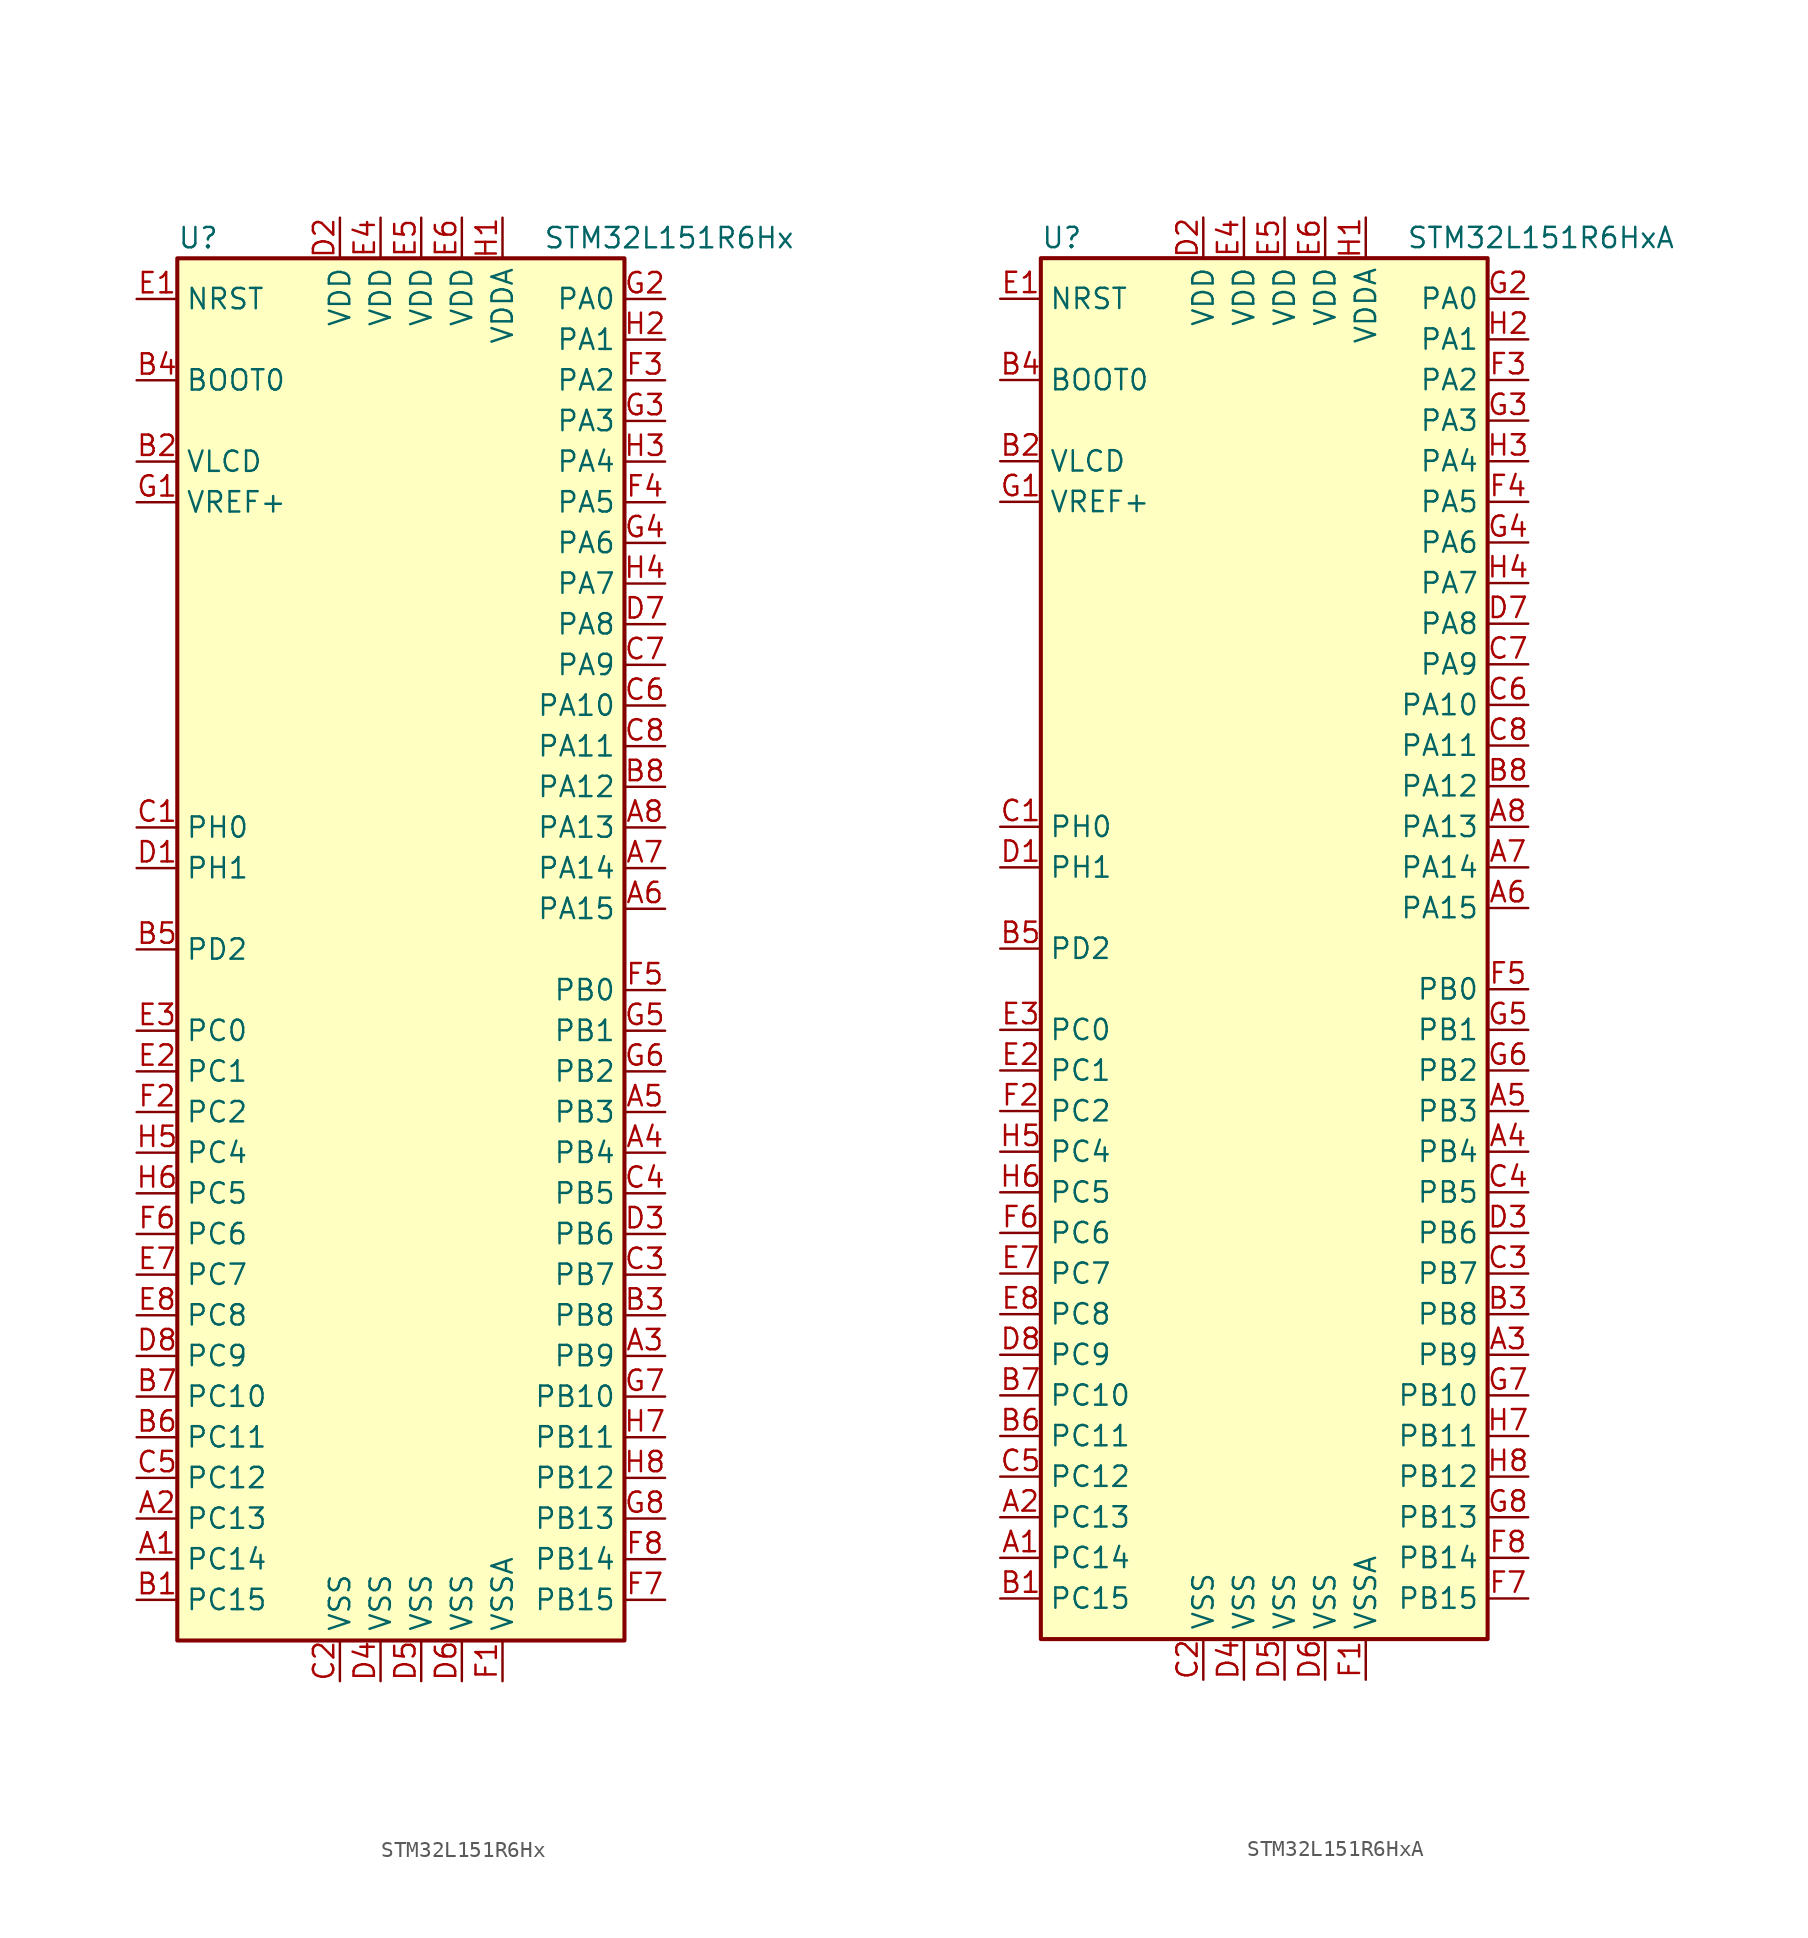
<source format=kicad_sym>
(kicad_symbol_lib
  (version 20211014)
  (generator kicad_symbol_editor)
  (symbol "STM32L151R6Hx"
    (property "Reference" "U"
      (at -15.24 44.45 0)
      (effects (font (size 1.27 1.27)) (justify left)))
    (property "Value" "STM32L151R6Hx"
      (at 7.62 44.45 0)
      (effects (font (size 1.27 1.27)) (justify left)))
    (symbol "STM32L151R6Hx_0_1"
      (rectangle (start -15.24 -43.18) (end 12.7 43.18) (stroke (width 0.254) (type default) (color 0 0 0 0)) (fill (type background))))
    (symbol "STM32L151R6Hx_1_1"
      (pin bidirectional line (at -17.78 -38.1 0) (length 2.54) (name "PC14" (effects (font (size 1.27 1.27)))) (number "A1" (effects (font (size 1.27 1.27)))))
      (pin bidirectional line (at -17.78 -35.56 0) (length 2.54) (name "PC13" (effects (font (size 1.27 1.27)))) (number "A2" (effects (font (size 1.27 1.27)))))
      (pin bidirectional line (at 15.24 -25.4 180) (length 2.54) (name "PB9" (effects (font (size 1.27 1.27)))) (number "A3" (effects (font (size 1.27 1.27)))))
      (pin bidirectional line (at 15.24 -12.7 180) (length 2.54) (name "PB4" (effects (font (size 1.27 1.27)))) (number "A4" (effects (font (size 1.27 1.27)))))
      (pin bidirectional line (at 15.24 -10.16 180) (length 2.54) (name "PB3" (effects (font (size 1.27 1.27)))) (number "A5" (effects (font (size 1.27 1.27)))))
      (pin bidirectional line (at 15.24 2.54 180) (length 2.54) (name "PA15" (effects (font (size 1.27 1.27)))) (number "A6" (effects (font (size 1.27 1.27)))))
      (pin bidirectional line (at 15.24 5.08 180) (length 2.54) (name "PA14" (effects (font (size 1.27 1.27)))) (number "A7" (effects (font (size 1.27 1.27)))))
      (pin bidirectional line (at 15.24 7.62 180) (length 2.54) (name "PA13" (effects (font (size 1.27 1.27)))) (number "A8" (effects (font (size 1.27 1.27)))))
      (pin bidirectional line (at -17.78 -40.64 0) (length 2.54) (name "PC15" (effects (font (size 1.27 1.27)))) (number "B1" (effects (font (size 1.27 1.27)))))
      (pin power_in line (at -17.78 30.48 0) (length 2.54) (name "VLCD" (effects (font (size 1.27 1.27)))) (number "B2" (effects (font (size 1.27 1.27)))))
      (pin bidirectional line (at 15.24 -22.86 180) (length 2.54) (name "PB8" (effects (font (size 1.27 1.27)))) (number "B3" (effects (font (size 1.27 1.27)))))
      (pin input line (at -17.78 35.56 0) (length 2.54) (name "BOOT0" (effects (font (size 1.27 1.27)))) (number "B4" (effects (font (size 1.27 1.27)))))
      (pin bidirectional line (at -17.78 0 0) (length 2.54) (name "PD2" (effects (font (size 1.27 1.27)))) (number "B5" (effects (font (size 1.27 1.27)))))
      (pin bidirectional line (at -17.78 -30.48 0) (length 2.54) (name "PC11" (effects (font (size 1.27 1.27)))) (number "B6" (effects (font (size 1.27 1.27)))))
      (pin bidirectional line (at -17.78 -27.94 0) (length 2.54) (name "PC10" (effects (font (size 1.27 1.27)))) (number "B7" (effects (font (size 1.27 1.27)))))
      (pin bidirectional line (at 15.24 10.16 180) (length 2.54) (name "PA12" (effects (font (size 1.27 1.27)))) (number "B8" (effects (font (size 1.27 1.27)))))
      (pin input line (at -17.78 7.62 0) (length 2.54) (name "PH0" (effects (font (size 1.27 1.27)))) (number "C1" (effects (font (size 1.27 1.27)))))
      (pin power_in line (at -5.08 -45.72 90) (length 2.54) (name "VSS" (effects (font (size 1.27 1.27)))) (number "C2" (effects (font (size 1.27 1.27)))))
      (pin bidirectional line (at 15.24 -20.32 180) (length 2.54) (name "PB7" (effects (font (size 1.27 1.27)))) (number "C3" (effects (font (size 1.27 1.27)))))
      (pin bidirectional line (at 15.24 -15.24 180) (length 2.54) (name "PB5" (effects (font (size 1.27 1.27)))) (number "C4" (effects (font (size 1.27 1.27)))))
      (pin bidirectional line (at -17.78 -33.02 0) (length 2.54) (name "PC12" (effects (font (size 1.27 1.27)))) (number "C5" (effects (font (size 1.27 1.27)))))
      (pin bidirectional line (at 15.24 15.24 180) (length 2.54) (name "PA10" (effects (font (size 1.27 1.27)))) (number "C6" (effects (font (size 1.27 1.27)))))
      (pin bidirectional line (at 15.24 17.78 180) (length 2.54) (name "PA9" (effects (font (size 1.27 1.27)))) (number "C7" (effects (font (size 1.27 1.27)))))
      (pin bidirectional line (at 15.24 12.7 180) (length 2.54) (name "PA11" (effects (font (size 1.27 1.27)))) (number "C8" (effects (font (size 1.27 1.27)))))
      (pin input line (at -17.78 5.08 0) (length 2.54) (name "PH1" (effects (font (size 1.27 1.27)))) (number "D1" (effects (font (size 1.27 1.27)))))
      (pin power_in line (at -5.08 45.72 270) (length 2.54) (name "VDD" (effects (font (size 1.27 1.27)))) (number "D2" (effects (font (size 1.27 1.27)))))
      (pin bidirectional line (at 15.24 -17.78 180) (length 2.54) (name "PB6" (effects (font (size 1.27 1.27)))) (number "D3" (effects (font (size 1.27 1.27)))))
      (pin power_in line (at -2.54 -45.72 90) (length 2.54) (name "VSS" (effects (font (size 1.27 1.27)))) (number "D4" (effects (font (size 1.27 1.27)))))
      (pin power_in line (at 0 -45.72 90) (length 2.54) (name "VSS" (effects (font (size 1.27 1.27)))) (number "D5" (effects (font (size 1.27 1.27)))))
      (pin power_in line (at 2.54 -45.72 90) (length 2.54) (name "VSS" (effects (font (size 1.27 1.27)))) (number "D6" (effects (font (size 1.27 1.27)))))
      (pin bidirectional line (at 15.24 20.32 180) (length 2.54) (name "PA8" (effects (font (size 1.27 1.27)))) (number "D7" (effects (font (size 1.27 1.27)))))
      (pin bidirectional line (at -17.78 -25.4 0) (length 2.54) (name "PC9" (effects (font (size 1.27 1.27)))) (number "D8" (effects (font (size 1.27 1.27)))))
      (pin input line (at -17.78 40.64 0) (length 2.54) (name "NRST" (effects (font (size 1.27 1.27)))) (number "E1" (effects (font (size 1.27 1.27)))))
      (pin bidirectional line (at -17.78 -7.62 0) (length 2.54) (name "PC1" (effects (font (size 1.27 1.27)))) (number "E2" (effects (font (size 1.27 1.27)))))
      (pin bidirectional line (at -17.78 -5.08 0) (length 2.54) (name "PC0" (effects (font (size 1.27 1.27)))) (number "E3" (effects (font (size 1.27 1.27)))))
      (pin power_in line (at -2.54 45.72 270) (length 2.54) (name "VDD" (effects (font (size 1.27 1.27)))) (number "E4" (effects (font (size 1.27 1.27)))))
      (pin power_in line (at 0 45.72 270) (length 2.54) (name "VDD" (effects (font (size 1.27 1.27)))) (number "E5" (effects (font (size 1.27 1.27)))))
      (pin power_in line (at 2.54 45.72 270) (length 2.54) (name "VDD" (effects (font (size 1.27 1.27)))) (number "E6" (effects (font (size 1.27 1.27)))))
      (pin bidirectional line (at -17.78 -20.32 0) (length 2.54) (name "PC7" (effects (font (size 1.27 1.27)))) (number "E7" (effects (font (size 1.27 1.27)))))
      (pin bidirectional line (at -17.78 -22.86 0) (length 2.54) (name "PC8" (effects (font (size 1.27 1.27)))) (number "E8" (effects (font (size 1.27 1.27)))))
      (pin power_in line (at 5.08 -45.72 90) (length 2.54) (name "VSSA" (effects (font (size 1.27 1.27)))) (number "F1" (effects (font (size 1.27 1.27)))))
      (pin bidirectional line (at -17.78 -10.16 0) (length 2.54) (name "PC2" (effects (font (size 1.27 1.27)))) (number "F2" (effects (font (size 1.27 1.27)))))
      (pin bidirectional line (at 15.24 35.56 180) (length 2.54) (name "PA2" (effects (font (size 1.27 1.27)))) (number "F3" (effects (font (size 1.27 1.27)))))
      (pin bidirectional line (at 15.24 27.94 180) (length 2.54) (name "PA5" (effects (font (size 1.27 1.27)))) (number "F4" (effects (font (size 1.27 1.27)))))
      (pin bidirectional line (at 15.24 -2.54 180) (length 2.54) (name "PB0" (effects (font (size 1.27 1.27)))) (number "F5" (effects (font (size 1.27 1.27)))))
      (pin bidirectional line (at -17.78 -17.78 0) (length 2.54) (name "PC6" (effects (font (size 1.27 1.27)))) (number "F6" (effects (font (size 1.27 1.27)))))
      (pin bidirectional line (at 15.24 -40.64 180) (length 2.54) (name "PB15" (effects (font (size 1.27 1.27)))) (number "F7" (effects (font (size 1.27 1.27)))))
      (pin bidirectional line (at 15.24 -38.1 180) (length 2.54) (name "PB14" (effects (font (size 1.27 1.27)))) (number "F8" (effects (font (size 1.27 1.27)))))
      (pin power_in line (at -17.78 27.94 0) (length 2.54) (name "VREF+" (effects (font (size 1.27 1.27)))) (number "G1" (effects (font (size 1.27 1.27)))))
      (pin bidirectional line (at 15.24 40.64 180) (length 2.54) (name "PA0" (effects (font (size 1.27 1.27)))) (number "G2" (effects (font (size 1.27 1.27)))))
      (pin bidirectional line (at 15.24 33.02 180) (length 2.54) (name "PA3" (effects (font (size 1.27 1.27)))) (number "G3" (effects (font (size 1.27 1.27)))))
      (pin bidirectional line (at 15.24 25.4 180) (length 2.54) (name "PA6" (effects (font (size 1.27 1.27)))) (number "G4" (effects (font (size 1.27 1.27)))))
      (pin bidirectional line (at 15.24 -5.08 180) (length 2.54) (name "PB1" (effects (font (size 1.27 1.27)))) (number "G5" (effects (font (size 1.27 1.27)))))
      (pin bidirectional line (at 15.24 -7.62 180) (length 2.54) (name "PB2" (effects (font (size 1.27 1.27)))) (number "G6" (effects (font (size 1.27 1.27)))))
      (pin bidirectional line (at 15.24 -27.94 180) (length 2.54) (name "PB10" (effects (font (size 1.27 1.27)))) (number "G7" (effects (font (size 1.27 1.27)))))
      (pin bidirectional line (at 15.24 -35.56 180) (length 2.54) (name "PB13" (effects (font (size 1.27 1.27)))) (number "G8" (effects (font (size 1.27 1.27)))))
      (pin power_in line (at 5.08 45.72 270) (length 2.54) (name "VDDA" (effects (font (size 1.27 1.27)))) (number "H1" (effects (font (size 1.27 1.27)))))
      (pin bidirectional line (at 15.24 38.1 180) (length 2.54) (name "PA1" (effects (font (size 1.27 1.27)))) (number "H2" (effects (font (size 1.27 1.27)))))
      (pin bidirectional line (at 15.24 30.48 180) (length 2.54) (name "PA4" (effects (font (size 1.27 1.27)))) (number "H3" (effects (font (size 1.27 1.27)))))
      (pin bidirectional line (at 15.24 22.86 180) (length 2.54) (name "PA7" (effects (font (size 1.27 1.27)))) (number "H4" (effects (font (size 1.27 1.27)))))
      (pin bidirectional line (at -17.78 -12.7 0) (length 2.54) (name "PC4" (effects (font (size 1.27 1.27)))) (number "H5" (effects (font (size 1.27 1.27)))))
      (pin bidirectional line (at -17.78 -15.24 0) (length 2.54) (name "PC5" (effects (font (size 1.27 1.27)))) (number "H6" (effects (font (size 1.27 1.27)))))
      (pin bidirectional line (at 15.24 -30.48 180) (length 2.54) (name "PB11" (effects (font (size 1.27 1.27)))) (number "H7" (effects (font (size 1.27 1.27)))))
      (pin bidirectional line (at 15.24 -33.02 180) (length 2.54) (name "PB12" (effects (font (size 1.27 1.27)))) (number "H8" (effects (font (size 1.27 1.27)))))))
  (symbol "STM32L151R6HxA"
    (property "Reference" "U"
      (at -15.24 44.45 0)
      (effects (font (size 1.27 1.27)) (justify left)))
    (property "Value" "STM32L151R6HxA"
      (at 7.62 44.45 0)
      (effects (font (size 1.27 1.27)) (justify left)))
    (symbol "STM32L151R6HxA_0_1"
      (rectangle (start -15.24 -43.18) (end 12.7 43.18) (stroke (width 0.254) (type default) (color 0 0 0 0)) (fill (type background))))
    (symbol "STM32L151R6HxA_1_1"
      (pin bidirectional line (at -17.78 -38.1 0) (length 2.54) (name "PC14" (effects (font (size 1.27 1.27)))) (number "A1" (effects (font (size 1.27 1.27)))))
      (pin bidirectional line (at -17.78 -35.56 0) (length 2.54) (name "PC13" (effects (font (size 1.27 1.27)))) (number "A2" (effects (font (size 1.27 1.27)))))
      (pin bidirectional line (at 15.24 -25.4 180) (length 2.54) (name "PB9" (effects (font (size 1.27 1.27)))) (number "A3" (effects (font (size 1.27 1.27)))))
      (pin bidirectional line (at 15.24 -12.7 180) (length 2.54) (name "PB4" (effects (font (size 1.27 1.27)))) (number "A4" (effects (font (size 1.27 1.27)))))
      (pin bidirectional line (at 15.24 -10.16 180) (length 2.54) (name "PB3" (effects (font (size 1.27 1.27)))) (number "A5" (effects (font (size 1.27 1.27)))))
      (pin bidirectional line (at 15.24 2.54 180) (length 2.54) (name "PA15" (effects (font (size 1.27 1.27)))) (number "A6" (effects (font (size 1.27 1.27)))))
      (pin bidirectional line (at 15.24 5.08 180) (length 2.54) (name "PA14" (effects (font (size 1.27 1.27)))) (number "A7" (effects (font (size 1.27 1.27)))))
      (pin bidirectional line (at 15.24 7.62 180) (length 2.54) (name "PA13" (effects (font (size 1.27 1.27)))) (number "A8" (effects (font (size 1.27 1.27)))))
      (pin bidirectional line (at -17.78 -40.64 0) (length 2.54) (name "PC15" (effects (font (size 1.27 1.27)))) (number "B1" (effects (font (size 1.27 1.27)))))
      (pin power_in line (at -17.78 30.48 0) (length 2.54) (name "VLCD" (effects (font (size 1.27 1.27)))) (number "B2" (effects (font (size 1.27 1.27)))))
      (pin bidirectional line (at 15.24 -22.86 180) (length 2.54) (name "PB8" (effects (font (size 1.27 1.27)))) (number "B3" (effects (font (size 1.27 1.27)))))
      (pin input line (at -17.78 35.56 0) (length 2.54) (name "BOOT0" (effects (font (size 1.27 1.27)))) (number "B4" (effects (font (size 1.27 1.27)))))
      (pin bidirectional line (at -17.78 0 0) (length 2.54) (name "PD2" (effects (font (size 1.27 1.27)))) (number "B5" (effects (font (size 1.27 1.27)))))
      (pin bidirectional line (at -17.78 -30.48 0) (length 2.54) (name "PC11" (effects (font (size 1.27 1.27)))) (number "B6" (effects (font (size 1.27 1.27)))))
      (pin bidirectional line (at -17.78 -27.94 0) (length 2.54) (name "PC10" (effects (font (size 1.27 1.27)))) (number "B7" (effects (font (size 1.27 1.27)))))
      (pin bidirectional line (at 15.24 10.16 180) (length 2.54) (name "PA12" (effects (font (size 1.27 1.27)))) (number "B8" (effects (font (size 1.27 1.27)))))
      (pin input line (at -17.78 7.62 0) (length 2.54) (name "PH0" (effects (font (size 1.27 1.27)))) (number "C1" (effects (font (size 1.27 1.27)))))
      (pin power_in line (at -5.08 -45.72 90) (length 2.54) (name "VSS" (effects (font (size 1.27 1.27)))) (number "C2" (effects (font (size 1.27 1.27)))))
      (pin bidirectional line (at 15.24 -20.32 180) (length 2.54) (name "PB7" (effects (font (size 1.27 1.27)))) (number "C3" (effects (font (size 1.27 1.27)))))
      (pin bidirectional line (at 15.24 -15.24 180) (length 2.54) (name "PB5" (effects (font (size 1.27 1.27)))) (number "C4" (effects (font (size 1.27 1.27)))))
      (pin bidirectional line (at -17.78 -33.02 0) (length 2.54) (name "PC12" (effects (font (size 1.27 1.27)))) (number "C5" (effects (font (size 1.27 1.27)))))
      (pin bidirectional line (at 15.24 15.24 180) (length 2.54) (name "PA10" (effects (font (size 1.27 1.27)))) (number "C6" (effects (font (size 1.27 1.27)))))
      (pin bidirectional line (at 15.24 17.78 180) (length 2.54) (name "PA9" (effects (font (size 1.27 1.27)))) (number "C7" (effects (font (size 1.27 1.27)))))
      (pin bidirectional line (at 15.24 12.7 180) (length 2.54) (name "PA11" (effects (font (size 1.27 1.27)))) (number "C8" (effects (font (size 1.27 1.27)))))
      (pin input line (at -17.78 5.08 0) (length 2.54) (name "PH1" (effects (font (size 1.27 1.27)))) (number "D1" (effects (font (size 1.27 1.27)))))
      (pin power_in line (at -5.08 45.72 270) (length 2.54) (name "VDD" (effects (font (size 1.27 1.27)))) (number "D2" (effects (font (size 1.27 1.27)))))
      (pin bidirectional line (at 15.24 -17.78 180) (length 2.54) (name "PB6" (effects (font (size 1.27 1.27)))) (number "D3" (effects (font (size 1.27 1.27)))))
      (pin power_in line (at -2.54 -45.72 90) (length 2.54) (name "VSS" (effects (font (size 1.27 1.27)))) (number "D4" (effects (font (size 1.27 1.27)))))
      (pin power_in line (at 0 -45.72 90) (length 2.54) (name "VSS" (effects (font (size 1.27 1.27)))) (number "D5" (effects (font (size 1.27 1.27)))))
      (pin power_in line (at 2.54 -45.72 90) (length 2.54) (name "VSS" (effects (font (size 1.27 1.27)))) (number "D6" (effects (font (size 1.27 1.27)))))
      (pin bidirectional line (at 15.24 20.32 180) (length 2.54) (name "PA8" (effects (font (size 1.27 1.27)))) (number "D7" (effects (font (size 1.27 1.27)))))
      (pin bidirectional line (at -17.78 -25.4 0) (length 2.54) (name "PC9" (effects (font (size 1.27 1.27)))) (number "D8" (effects (font (size 1.27 1.27)))))
      (pin input line (at -17.78 40.64 0) (length 2.54) (name "NRST" (effects (font (size 1.27 1.27)))) (number "E1" (effects (font (size 1.27 1.27)))))
      (pin bidirectional line (at -17.78 -7.62 0) (length 2.54) (name "PC1" (effects (font (size 1.27 1.27)))) (number "E2" (effects (font (size 1.27 1.27)))))
      (pin bidirectional line (at -17.78 -5.08 0) (length 2.54) (name "PC0" (effects (font (size 1.27 1.27)))) (number "E3" (effects (font (size 1.27 1.27)))))
      (pin power_in line (at -2.54 45.72 270) (length 2.54) (name "VDD" (effects (font (size 1.27 1.27)))) (number "E4" (effects (font (size 1.27 1.27)))))
      (pin power_in line (at 0 45.72 270) (length 2.54) (name "VDD" (effects (font (size 1.27 1.27)))) (number "E5" (effects (font (size 1.27 1.27)))))
      (pin power_in line (at 2.54 45.72 270) (length 2.54) (name "VDD" (effects (font (size 1.27 1.27)))) (number "E6" (effects (font (size 1.27 1.27)))))
      (pin bidirectional line (at -17.78 -20.32 0) (length 2.54) (name "PC7" (effects (font (size 1.27 1.27)))) (number "E7" (effects (font (size 1.27 1.27)))))
      (pin bidirectional line (at -17.78 -22.86 0) (length 2.54) (name "PC8" (effects (font (size 1.27 1.27)))) (number "E8" (effects (font (size 1.27 1.27)))))
      (pin power_in line (at 5.08 -45.72 90) (length 2.54) (name "VSSA" (effects (font (size 1.27 1.27)))) (number "F1" (effects (font (size 1.27 1.27)))))
      (pin bidirectional line (at -17.78 -10.16 0) (length 2.54) (name "PC2" (effects (font (size 1.27 1.27)))) (number "F2" (effects (font (size 1.27 1.27)))))
      (pin bidirectional line (at 15.24 35.56 180) (length 2.54) (name "PA2" (effects (font (size 1.27 1.27)))) (number "F3" (effects (font (size 1.27 1.27)))))
      (pin bidirectional line (at 15.24 27.94 180) (length 2.54) (name "PA5" (effects (font (size 1.27 1.27)))) (number "F4" (effects (font (size 1.27 1.27)))))
      (pin bidirectional line (at 15.24 -2.54 180) (length 2.54) (name "PB0" (effects (font (size 1.27 1.27)))) (number "F5" (effects (font (size 1.27 1.27)))))
      (pin bidirectional line (at -17.78 -17.78 0) (length 2.54) (name "PC6" (effects (font (size 1.27 1.27)))) (number "F6" (effects (font (size 1.27 1.27)))))
      (pin bidirectional line (at 15.24 -40.64 180) (length 2.54) (name "PB15" (effects (font (size 1.27 1.27)))) (number "F7" (effects (font (size 1.27 1.27)))))
      (pin bidirectional line (at 15.24 -38.1 180) (length 2.54) (name "PB14" (effects (font (size 1.27 1.27)))) (number "F8" (effects (font (size 1.27 1.27)))))
      (pin power_in line (at -17.78 27.94 0) (length 2.54) (name "VREF+" (effects (font (size 1.27 1.27)))) (number "G1" (effects (font (size 1.27 1.27)))))
      (pin bidirectional line (at 15.24 40.64 180) (length 2.54) (name "PA0" (effects (font (size 1.27 1.27)))) (number "G2" (effects (font (size 1.27 1.27)))))
      (pin bidirectional line (at 15.24 33.02 180) (length 2.54) (name "PA3" (effects (font (size 1.27 1.27)))) (number "G3" (effects (font (size 1.27 1.27)))))
      (pin bidirectional line (at 15.24 25.4 180) (length 2.54) (name "PA6" (effects (font (size 1.27 1.27)))) (number "G4" (effects (font (size 1.27 1.27)))))
      (pin bidirectional line (at 15.24 -5.08 180) (length 2.54) (name "PB1" (effects (font (size 1.27 1.27)))) (number "G5" (effects (font (size 1.27 1.27)))))
      (pin bidirectional line (at 15.24 -7.62 180) (length 2.54) (name "PB2" (effects (font (size 1.27 1.27)))) (number "G6" (effects (font (size 1.27 1.27)))))
      (pin bidirectional line (at 15.24 -27.94 180) (length 2.54) (name "PB10" (effects (font (size 1.27 1.27)))) (number "G7" (effects (font (size 1.27 1.27)))))
      (pin bidirectional line (at 15.24 -35.56 180) (length 2.54) (name "PB13" (effects (font (size 1.27 1.27)))) (number "G8" (effects (font (size 1.27 1.27)))))
      (pin power_in line (at 5.08 45.72 270) (length 2.54) (name "VDDA" (effects (font (size 1.27 1.27)))) (number "H1" (effects (font (size 1.27 1.27)))))
      (pin bidirectional line (at 15.24 38.1 180) (length 2.54) (name "PA1" (effects (font (size 1.27 1.27)))) (number "H2" (effects (font (size 1.27 1.27)))))
      (pin bidirectional line (at 15.24 30.48 180) (length 2.54) (name "PA4" (effects (font (size 1.27 1.27)))) (number "H3" (effects (font (size 1.27 1.27)))))
      (pin bidirectional line (at 15.24 22.86 180) (length 2.54) (name "PA7" (effects (font (size 1.27 1.27)))) (number "H4" (effects (font (size 1.27 1.27)))))
      (pin bidirectional line (at -17.78 -12.7 0) (length 2.54) (name "PC4" (effects (font (size 1.27 1.27)))) (number "H5" (effects (font (size 1.27 1.27)))))
      (pin bidirectional line (at -17.78 -15.24 0) (length 2.54) (name "PC5" (effects (font (size 1.27 1.27)))) (number "H6" (effects (font (size 1.27 1.27)))))
      (pin bidirectional line (at 15.24 -30.48 180) (length 2.54) (name "PB11" (effects (font (size 1.27 1.27)))) (number "H7" (effects (font (size 1.27 1.27)))))
      (pin bidirectional line (at 15.24 -33.02 180) (length 2.54) (name "PB12" (effects (font (size 1.27 1.27)))) (number "H8" (effects (font (size 1.27 1.27))))))))
</source>
